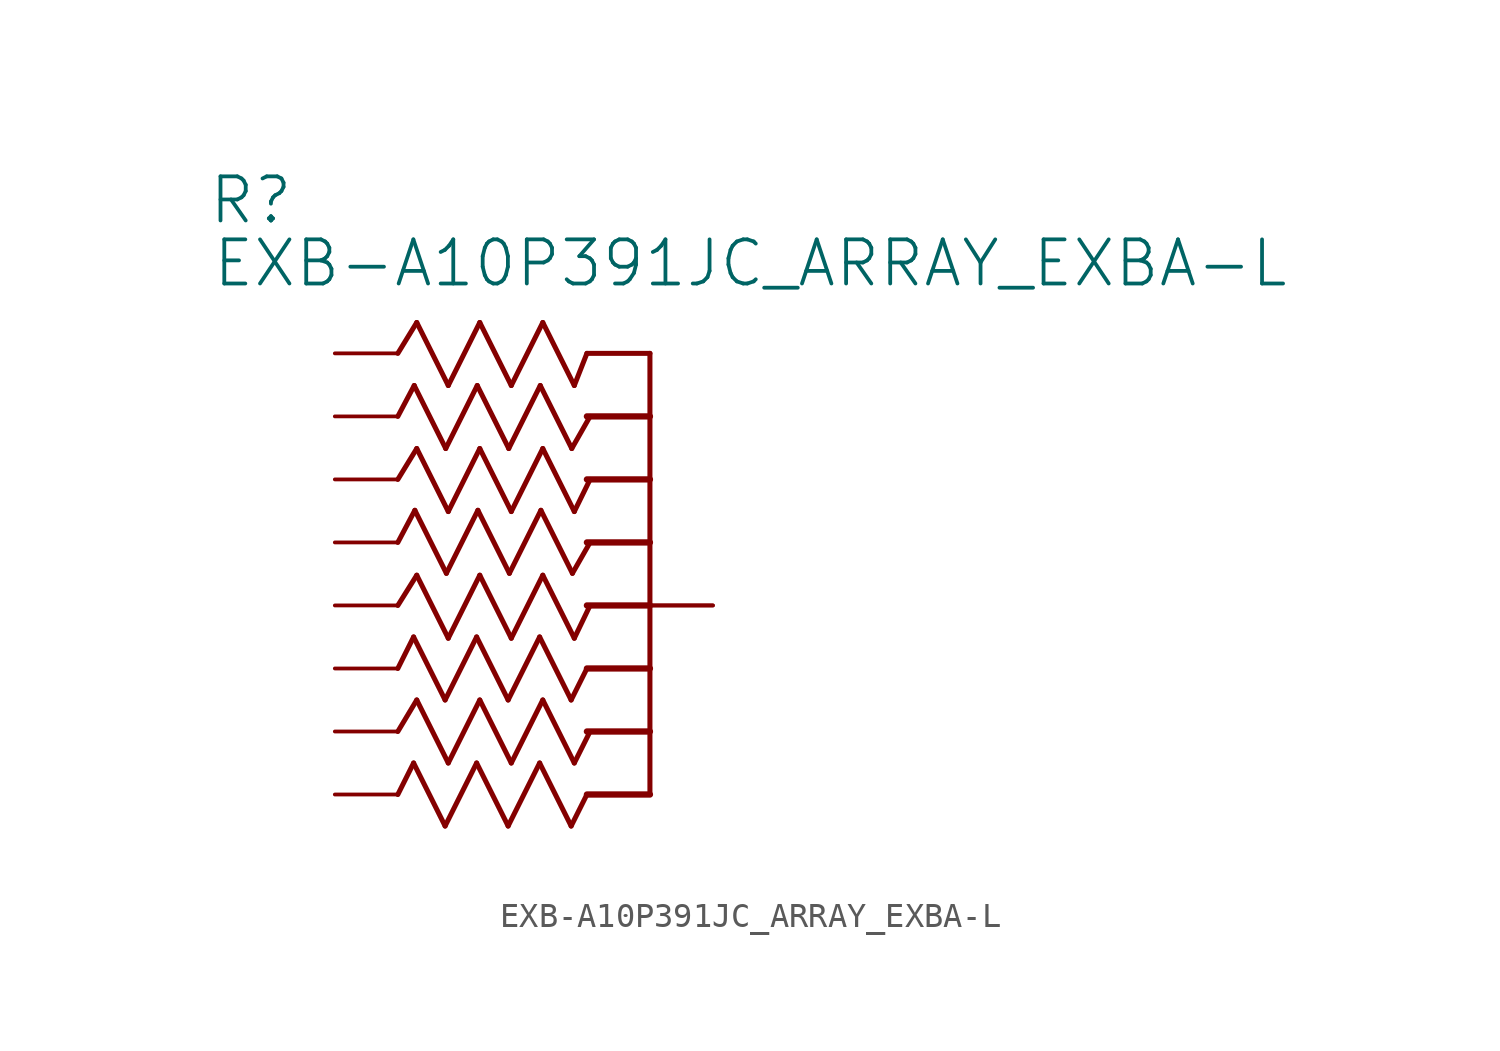
<source format=kicad_sym>
(kicad_symbol_lib
  (version 20211014)
  (generator kicad_symbol_editor)
  (symbol "EXB-A10P391JC_ARRAY_EXBA-L"
    (property "Reference" "R"
      (at -17.831 5.131 0)
      (effects (font (size 1.778 1.778)) (justify left bottom)))
    (property "Value" "EXB-A10P391JC_ARRAY_EXBA-L"
      (at -17.678 2.591 0)
      (effects (font (size 1.778 1.778)) (justify left bottom)))
    (property "ki_locked" ""
      (at 0 0 0)
      (effects (font (size 1.27 1.27))))
    (symbol "EXB-A10P391JC_ARRAY_EXBA-L_1_0"
      (polyline (pts (xy -10.16 -15.24) (xy -9.398 -13.97)) (stroke (width 0.203) (type default) (color 0 0 0 0)) (fill (type none)))
      (polyline (pts (xy -10.16 -10.16) (xy -9.398 -8.941)) (stroke (width 0.203) (type default) (color 0 0 0 0)) (fill (type none)))
      (polyline (pts (xy -10.16 -5.08) (xy -9.398 -3.835)) (stroke (width 0.203) (type default) (color 0 0 0 0)) (fill (type none)))
      (polyline (pts (xy -10.16 0) (xy -9.398 1.245)) (stroke (width 0.203) (type default) (color 0 0 0 0)) (fill (type none)))
      (polyline (pts (xy -9.525 -16.51) (xy -10.16 -17.78)) (stroke (width 0.203) (type default) (color 0 0 0 0)) (fill (type none)))
      (polyline (pts (xy -9.525 -11.43) (xy -10.16 -12.7)) (stroke (width 0.203) (type default) (color 0 0 0 0)) (fill (type none)))
      (polyline (pts (xy -9.5 -1.295) (xy -10.16 -2.54)) (stroke (width 0.203) (type default) (color 0 0 0 0)) (fill (type none)))
      (polyline (pts (xy -9.474 -6.325) (xy -10.16 -7.62)) (stroke (width 0.203) (type default) (color 0 0 0 0)) (fill (type none)))
      (polyline (pts (xy -9.398 -13.97) (xy -8.128 -16.51)) (stroke (width 0.203) (type default) (color 0 0 0 0)) (fill (type none)))
      (polyline (pts (xy -9.398 -8.941) (xy -8.128 -11.481)) (stroke (width 0.203) (type default) (color 0 0 0 0)) (fill (type none)))
      (polyline (pts (xy -9.398 -3.835) (xy -8.128 -6.375)) (stroke (width 0.203) (type default) (color 0 0 0 0)) (fill (type none)))
      (polyline (pts (xy -9.398 1.245) (xy -8.128 -1.295)) (stroke (width 0.203) (type default) (color 0 0 0 0)) (fill (type none)))
      (polyline (pts (xy -8.255 -19.05) (xy -9.525 -16.51)) (stroke (width 0.203) (type default) (color 0 0 0 0)) (fill (type none)))
      (polyline (pts (xy -8.255 -13.97) (xy -9.525 -11.43)) (stroke (width 0.203) (type default) (color 0 0 0 0)) (fill (type none)))
      (polyline (pts (xy -8.23 -3.835) (xy -9.5 -1.295)) (stroke (width 0.203) (type default) (color 0 0 0 0)) (fill (type none)))
      (polyline (pts (xy -8.204 -8.865) (xy -9.474 -6.325)) (stroke (width 0.203) (type default) (color 0 0 0 0)) (fill (type none)))
      (polyline (pts (xy -8.128 -16.51) (xy -6.858 -13.97)) (stroke (width 0.203) (type default) (color 0 0 0 0)) (fill (type none)))
      (polyline (pts (xy -8.128 -11.481) (xy -6.858 -8.941)) (stroke (width 0.203) (type default) (color 0 0 0 0)) (fill (type none)))
      (polyline (pts (xy -8.128 -6.375) (xy -6.858 -3.835)) (stroke (width 0.203) (type default) (color 0 0 0 0)) (fill (type none)))
      (polyline (pts (xy -8.128 -1.295) (xy -6.858 1.245)) (stroke (width 0.203) (type default) (color 0 0 0 0)) (fill (type none)))
      (polyline (pts (xy -6.985 -16.51) (xy -8.255 -19.05)) (stroke (width 0.203) (type default) (color 0 0 0 0)) (fill (type none)))
      (polyline (pts (xy -6.985 -11.43) (xy -8.255 -13.97)) (stroke (width 0.203) (type default) (color 0 0 0 0)) (fill (type none)))
      (polyline (pts (xy -6.96 -1.295) (xy -8.23 -3.835)) (stroke (width 0.203) (type default) (color 0 0 0 0)) (fill (type none)))
      (polyline (pts (xy -6.934 -6.325) (xy -8.204 -8.865)) (stroke (width 0.203) (type default) (color 0 0 0 0)) (fill (type none)))
      (polyline (pts (xy -6.858 -13.97) (xy -5.588 -16.51)) (stroke (width 0.203) (type default) (color 0 0 0 0)) (fill (type none)))
      (polyline (pts (xy -6.858 -8.941) (xy -5.588 -11.481)) (stroke (width 0.203) (type default) (color 0 0 0 0)) (fill (type none)))
      (polyline (pts (xy -6.858 -3.835) (xy -5.588 -6.375)) (stroke (width 0.203) (type default) (color 0 0 0 0)) (fill (type none)))
      (polyline (pts (xy -6.858 1.245) (xy -5.588 -1.295)) (stroke (width 0.203) (type default) (color 0 0 0 0)) (fill (type none)))
      (polyline (pts (xy -5.715 -19.05) (xy -6.985 -16.51)) (stroke (width 0.203) (type default) (color 0 0 0 0)) (fill (type none)))
      (polyline (pts (xy -5.715 -13.97) (xy -6.985 -11.43)) (stroke (width 0.203) (type default) (color 0 0 0 0)) (fill (type none)))
      (polyline (pts (xy -5.69 -3.835) (xy -6.96 -1.295)) (stroke (width 0.203) (type default) (color 0 0 0 0)) (fill (type none)))
      (polyline (pts (xy -5.664 -8.865) (xy -6.934 -6.325)) (stroke (width 0.203) (type default) (color 0 0 0 0)) (fill (type none)))
      (polyline (pts (xy -5.588 -16.51) (xy -4.318 -13.97)) (stroke (width 0.203) (type default) (color 0 0 0 0)) (fill (type none)))
      (polyline (pts (xy -5.588 -11.481) (xy -4.318 -8.941)) (stroke (width 0.203) (type default) (color 0 0 0 0)) (fill (type none)))
      (polyline (pts (xy -5.588 -6.375) (xy -4.318 -3.835)) (stroke (width 0.203) (type default) (color 0 0 0 0)) (fill (type none)))
      (polyline (pts (xy -5.588 -1.295) (xy -4.318 1.245)) (stroke (width 0.203) (type default) (color 0 0 0 0)) (fill (type none)))
      (polyline (pts (xy -4.445 -16.51) (xy -5.715 -19.05)) (stroke (width 0.203) (type default) (color 0 0 0 0)) (fill (type none)))
      (polyline (pts (xy -4.445 -11.43) (xy -5.715 -13.97)) (stroke (width 0.203) (type default) (color 0 0 0 0)) (fill (type none)))
      (polyline (pts (xy -4.42 -1.295) (xy -5.69 -3.835)) (stroke (width 0.203) (type default) (color 0 0 0 0)) (fill (type none)))
      (polyline (pts (xy -4.394 -6.325) (xy -5.664 -8.865)) (stroke (width 0.203) (type default) (color 0 0 0 0)) (fill (type none)))
      (polyline (pts (xy -4.318 -13.97) (xy -3.048 -16.51)) (stroke (width 0.203) (type default) (color 0 0 0 0)) (fill (type none)))
      (polyline (pts (xy -4.318 -8.941) (xy -3.048 -11.481)) (stroke (width 0.203) (type default) (color 0 0 0 0)) (fill (type none)))
      (polyline (pts (xy -4.318 -3.835) (xy -3.048 -6.375)) (stroke (width 0.203) (type default) (color 0 0 0 0)) (fill (type none)))
      (polyline (pts (xy -4.318 1.245) (xy -3.048 -1.295)) (stroke (width 0.203) (type default) (color 0 0 0 0)) (fill (type none)))
      (polyline (pts (xy -3.175 -19.05) (xy -4.445 -16.51)) (stroke (width 0.203) (type default) (color 0 0 0 0)) (fill (type none)))
      (polyline (pts (xy -3.175 -13.97) (xy -4.445 -11.43)) (stroke (width 0.203) (type default) (color 0 0 0 0)) (fill (type none)))
      (polyline (pts (xy -3.15 -3.835) (xy -4.42 -1.295)) (stroke (width 0.203) (type default) (color 0 0 0 0)) (fill (type none)))
      (polyline (pts (xy -3.124 -8.865) (xy -4.394 -6.325)) (stroke (width 0.203) (type default) (color 0 0 0 0)) (fill (type none)))
      (polyline (pts (xy -3.048 -16.51) (xy -2.413 -15.24)) (stroke (width 0.203) (type default) (color 0 0 0 0)) (fill (type none)))
      (polyline (pts (xy -3.048 -11.481) (xy -2.413 -10.16)) (stroke (width 0.203) (type default) (color 0 0 0 0)) (fill (type none)))
      (polyline (pts (xy -3.048 -6.375) (xy -2.413 -5.08)) (stroke (width 0.203) (type default) (color 0 0 0 0)) (fill (type none)))
      (polyline (pts (xy -3.048 -1.295) (xy -2.54 0)) (stroke (width 0.203) (type default) (color 0 0 0 0)) (fill (type none)))
      (polyline (pts (xy -2.54 -17.78) (xy -3.175 -19.05)) (stroke (width 0.203) (type default) (color 0 0 0 0)) (fill (type none)))
      (polyline (pts (xy -2.54 -17.78) (xy 0 -17.78)) (stroke (width 0.254) (type default) (color 0 0 0 0)) (fill (type none)))
      (polyline (pts (xy -2.54 -15.24) (xy 0 -15.24)) (stroke (width 0.254) (type default) (color 0 0 0 0)) (fill (type none)))
      (polyline (pts (xy -2.54 -12.7) (xy -3.175 -13.97)) (stroke (width 0.203) (type default) (color 0 0 0 0)) (fill (type none)))
      (polyline (pts (xy -2.54 -12.7) (xy 0 -12.7)) (stroke (width 0.254) (type default) (color 0 0 0 0)) (fill (type none)))
      (polyline (pts (xy -2.54 -10.16) (xy 0 -10.16)) (stroke (width 0.254) (type default) (color 0 0 0 0)) (fill (type none)))
      (polyline (pts (xy -2.54 -7.62) (xy 0 -7.62)) (stroke (width 0.254) (type default) (color 0 0 0 0)) (fill (type none)))
      (polyline (pts (xy -2.54 -5.08) (xy 0 -5.08)) (stroke (width 0.254) (type default) (color 0 0 0 0)) (fill (type none)))
      (polyline (pts (xy -2.54 -2.54) (xy 0 -2.54)) (stroke (width 0.254) (type default) (color 0 0 0 0)) (fill (type none)))
      (polyline (pts (xy -2.54 0) (xy 0 0)) (stroke (width 0.203) (type default) (color 0 0 0 0)) (fill (type none)))
      (polyline (pts (xy -2.413 -7.62) (xy -3.124 -8.865)) (stroke (width 0.203) (type default) (color 0 0 0 0)) (fill (type none)))
      (polyline (pts (xy -2.413 -2.54) (xy -3.15 -3.835)) (stroke (width 0.203) (type default) (color 0 0 0 0)) (fill (type none)))
      (polyline (pts (xy 0 -15.24) (xy 0 -17.78)) (stroke (width 0.203) (type default) (color 0 0 0 0)) (fill (type none)))
      (polyline (pts (xy 0 -12.7) (xy 0 -15.24)) (stroke (width 0.203) (type default) (color 0 0 0 0)) (fill (type none)))
      (polyline (pts (xy 0 -10.16) (xy 0 -12.7)) (stroke (width 0.203) (type default) (color 0 0 0 0)) (fill (type none)))
      (polyline (pts (xy 0 -7.62) (xy 0 -10.16)) (stroke (width 0.203) (type default) (color 0 0 0 0)) (fill (type none)))
      (polyline (pts (xy 0 -5.08) (xy 0 -7.62)) (stroke (width 0.203) (type default) (color 0 0 0 0)) (fill (type none)))
      (polyline (pts (xy 0 -2.54) (xy 0 -5.08)) (stroke (width 0.203) (type default) (color 0 0 0 0)) (fill (type none)))
      (polyline (pts (xy 0 0) (xy 0 -2.54)) (stroke (width 0.203) (type default) (color 0 0 0 0)) (fill (type none)))
      (pin passive line (at -12.7 0 0) (length 2.54) (name "11" (effects (font (size 0 0)))) (number "1" (effects (font (size 0 0)))))
      (pin passive line (at 2.54 -10.16 180) (length 2.54) (name "55" (effects (font (size 0 0)))) (number "10" (effects (font (size 0 0)))))
      (pin passive line (at -12.7 -5.08 0) (length 2.54) (name "22" (effects (font (size 0 0)))) (number "2" (effects (font (size 0 0)))))
      (pin passive line (at -12.7 -10.16 0) (length 2.54) (name "33" (effects (font (size 0 0)))) (number "3" (effects (font (size 0 0)))))
      (pin passive line (at -12.7 -15.24 0) (length 2.54) (name "44" (effects (font (size 0 0)))) (number "4" (effects (font (size 0 0)))))
      (pin passive line (at 2.54 -10.16 180) (length 2.54) (name "55" (effects (font (size 0 0)))) (number "5" (effects (font (size 0 0)))))
      (pin passive line (at -12.7 -17.78 0) (length 2.54) (name "66" (effects (font (size 0 0)))) (number "6" (effects (font (size 0 0)))))
      (pin passive line (at -12.7 -12.7 0) (length 2.54) (name "77" (effects (font (size 0 0)))) (number "7" (effects (font (size 0 0)))))
      (pin passive line (at -12.7 -7.62 0) (length 2.54) (name "88" (effects (font (size 0 0)))) (number "8" (effects (font (size 0 0)))))
      (pin passive line (at -12.7 -2.54 0) (length 2.54) (name "99" (effects (font (size 0 0)))) (number "9" (effects (font (size 0 0))))))))
</source>
